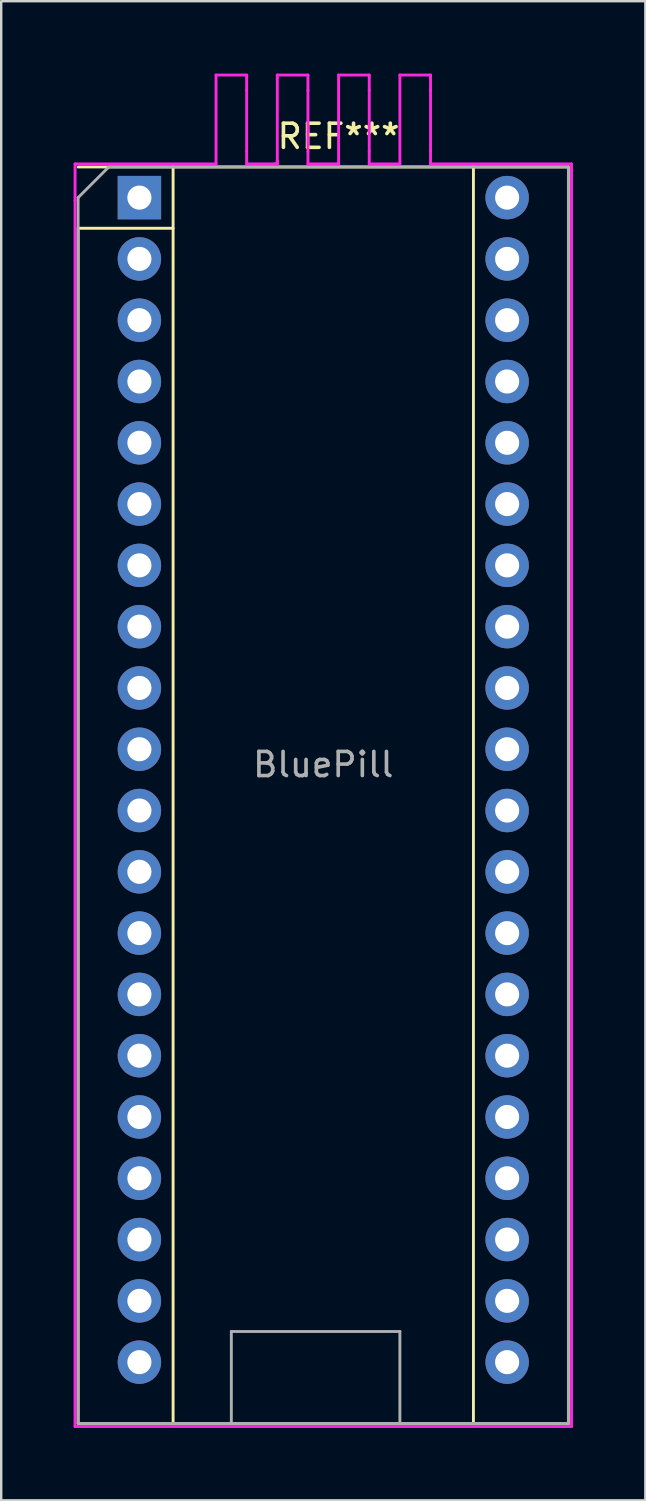
<source format=kicad_pcb>
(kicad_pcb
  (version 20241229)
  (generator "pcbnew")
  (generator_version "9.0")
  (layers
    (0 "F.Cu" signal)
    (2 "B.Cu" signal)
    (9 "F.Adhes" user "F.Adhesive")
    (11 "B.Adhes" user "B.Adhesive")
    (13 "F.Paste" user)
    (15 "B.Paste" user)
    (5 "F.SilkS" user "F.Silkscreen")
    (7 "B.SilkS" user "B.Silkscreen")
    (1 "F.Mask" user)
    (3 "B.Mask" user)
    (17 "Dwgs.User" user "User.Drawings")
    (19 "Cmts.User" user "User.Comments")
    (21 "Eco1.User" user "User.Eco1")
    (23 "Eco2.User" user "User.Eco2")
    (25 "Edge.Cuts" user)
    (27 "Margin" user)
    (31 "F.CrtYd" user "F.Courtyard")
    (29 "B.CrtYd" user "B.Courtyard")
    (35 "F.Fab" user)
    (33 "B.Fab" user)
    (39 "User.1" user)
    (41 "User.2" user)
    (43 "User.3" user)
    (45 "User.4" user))
  (footprint "BluePill"
    (layer "F.Cu")
    (at 2.727 5.14)
    (property "Reference" "BluePill" (at 7.62 23.495 180) (layer "F.Fab") (effects (font (size 1 1) (thickness 0.15))))
    (attr through_hole)
    (fp_line (start -2.54 -1.27) (end 17.78 -1.27) (stroke (width 0.12) (type solid)) (layer "F.SilkS"))
    (fp_line (start -2.54 1.27) (end 1.397 1.27) (stroke (width 0.12) (type solid)) (layer "F.SilkS"))
    (fp_line (start -2.54 50.8) (end -2.54 1.27) (stroke (width 0.12) (type solid)) (layer "F.SilkS"))
    (fp_line (start 1.397 50.8) (end 1.397 -1.27) (stroke (width 0.12) (type solid)) (layer "F.SilkS"))
    (fp_line (start 13.843 50.8) (end 13.843 -1.27) (stroke (width 0.12) (type solid)) (layer "F.SilkS"))
    (fp_line (start 17.78 50.8) (end -2.54 50.8) (stroke (width 0.12) (type solid)) (layer "F.SilkS"))
    (fp_line (start 17.78 50.8) (end 17.78 -1.27) (stroke (width 0.12) (type solid)) (layer "F.SilkS"))
    (fp_line (start -2.667 -1.397) (end 3.175 -1.397) (stroke (width 0.12) (type solid)) (layer "F.CrtYd"))
    (fp_line (start -2.667 0.127) (end -2.667 -1.397) (stroke (width 0.12) (type solid)) (layer "F.CrtYd"))
    (fp_line (start -2.667 50.927) (end -2.667 0.127) (stroke (width 0.12) (type solid)) (layer "F.CrtYd"))
    (fp_line (start 3.175 -5.08) (end 4.445 -5.08) (stroke (width 0.12) (type solid)) (layer "F.CrtYd"))
    (fp_line (start 3.175 -1.397) (end 3.175 -5.08) (stroke (width 0.12) (type solid)) (layer "F.CrtYd"))
    (fp_line (start 4.445 -5.08) (end 4.445 -4.445) (stroke (width 0.12) (type solid)) (layer "F.CrtYd"))
    (fp_line (start 4.445 -4.445) (end 4.445 -1.905) (stroke (width 0.12) (type solid)) (layer "F.CrtYd"))
    (fp_line (start 4.445 -1.905) (end 4.445 -1.397) (stroke (width 0.12) (type solid)) (layer "F.CrtYd"))
    (fp_line (start 4.445 -1.397) (end 5.715 -1.397) (stroke (width 0.12) (type solid)) (layer "F.CrtYd"))
    (fp_line (start 5.715 -5.08) (end 5.715 -1.397) (stroke (width 0.12) (type solid)) (layer "F.CrtYd"))
    (fp_line (start 5.715 -5.08) (end 6.985 -5.08) (stroke (width 0.12) (type solid)) (layer "F.CrtYd"))
    (fp_line (start 5.715 -1.397) (end 5.588 -1.397) (stroke (width 0.12) (type solid)) (layer "F.CrtYd"))
    (fp_line (start 5.715 -1.397) (end 5.715 -1.524) (stroke (width 0.12) (type solid)) (layer "F.CrtYd"))
    (fp_line (start 6.985 -5.08) (end 6.985 -4.445) (stroke (width 0.12) (type solid)) (layer "F.CrtYd"))
    (fp_line (start 6.985 -4.445) (end 6.985 -1.905) (stroke (width 0.12) (type solid)) (layer "F.CrtYd"))
    (fp_line (start 6.985 -1.905) (end 6.985 -1.397) (stroke (width 0.12) (type solid)) (layer "F.CrtYd"))
    (fp_line (start 6.985 -1.397) (end 8.255 -1.397) (stroke (width 0.12) (type solid)) (layer "F.CrtYd"))
    (fp_line (start 8.255 -5.08) (end 8.255 -1.397) (stroke (width 0.12) (type solid)) (layer "F.CrtYd"))
    (fp_line (start 8.255 -5.08) (end 9.525 -5.08) (stroke (width 0.12) (type solid)) (layer "F.CrtYd"))
    (fp_line (start 9.525 -5.08) (end 9.525 -4.445) (stroke (width 0.12) (type solid)) (layer "F.CrtYd"))
    (fp_line (start 9.525 -4.445) (end 9.525 -1.905) (stroke (width 0.12) (type solid)) (layer "F.CrtYd"))
    (fp_line (start 9.525 -1.905) (end 9.525 -1.397) (stroke (width 0.12) (type solid)) (layer "F.CrtYd"))
    (fp_line (start 9.525 -1.397) (end 10.795 -1.397) (stroke (width 0.12) (type solid)) (layer "F.CrtYd"))
    (fp_line (start 10.795 -5.08) (end 10.795 -1.397) (stroke (width 0.12) (type solid)) (layer "F.CrtYd"))
    (fp_line (start 10.795 -5.08) (end 12.065 -5.08) (stroke (width 0.12) (type solid)) (layer "F.CrtYd"))
    (fp_line (start 12.065 -5.08) (end 12.065 -4.445) (stroke (width 0.12) (type solid)) (layer "F.CrtYd"))
    (fp_line (start 12.065 -4.445) (end 12.065 -1.905) (stroke (width 0.12) (type solid)) (layer "F.CrtYd"))
    (fp_line (start 12.065 -1.905) (end 12.065 -1.397) (stroke (width 0.12) (type solid)) (layer "F.CrtYd"))
    (fp_line (start 12.065 -1.397) (end 17.907 -1.397) (stroke (width 0.12) (type solid)) (layer "F.CrtYd"))
    (fp_line (start 17.907 -1.397) (end 17.907 50.927) (stroke (width 0.12) (type solid)) (layer "F.CrtYd"))
    (fp_line (start 17.907 50.927) (end -2.667 50.927) (stroke (width 0.12) (type solid)) (layer "F.CrtYd"))
    (fp_line (start -2.54 0) (end -1.27 -1.27) (stroke (width 0.12) (type solid)) (layer "F.Fab"))
    (fp_line (start -2.54 50.8) (end -2.54 0) (stroke (width 0.12) (type solid)) (layer "F.Fab"))
    (fp_line (start -1.27 -1.27) (end 17.78 -1.27) (stroke (width 0.12) (type solid)) (layer "F.Fab"))
    (fp_line (start 3.81 46.99) (end 10.795 46.99) (stroke (width 0.12) (type solid)) (layer "F.Fab"))
    (fp_line (start 3.81 50.8) (end 3.81 46.99) (stroke (width 0.12) (type solid)) (layer "F.Fab"))
    (fp_line (start 10.795 46.99) (end 10.795 50.8) (stroke (width 0.12) (type solid)) (layer "F.Fab"))
    (fp_line (start 17.78 -1.27) (end 17.78 50.8) (stroke (width 0.12) (type solid)) (layer "F.Fab"))
    (fp_line (start 17.78 50.8) (end -2.54 50.8) (stroke (width 0.12) (type solid)) (layer "F.Fab"))
    (fp_text user "REF***" (at 8.255 -2.54 0) (layer "F.SilkS") (effects (font (size 1 1) (thickness 0.15))))
    (pad "1" thru_hole rect (at 0 0 180) (size 1.8 1.8) (drill 1) (layers "*.Cu" "*.Mask"))
    (pad "2" thru_hole circle (at 0 2.54 180) (size 1.8 1.8) (drill 1) (layers "*.Cu" "*.Mask"))
    (pad "3" thru_hole circle (at 0 5.08 180) (size 1.8 1.8) (drill 1) (layers "*.Cu" "*.Mask"))
    (pad "4" thru_hole circle (at 0 7.62 180) (size 1.8 1.8) (drill 1) (layers "*.Cu" "*.Mask"))
    (pad "5" thru_hole circle (at 0 10.16 180) (size 1.8 1.8) (drill 1) (layers "*.Cu" "*.Mask"))
    (pad "6" thru_hole circle (at 0 12.7 180) (size 1.8 1.8) (drill 1) (layers "*.Cu" "*.Mask"))
    (pad "7" thru_hole circle (at 0 15.24 180) (size 1.8 1.8) (drill 1) (layers "*.Cu" "*.Mask"))
    (pad "8" thru_hole circle (at 0 17.78 180) (size 1.8 1.8) (drill 1) (layers "*.Cu" "*.Mask"))
    (pad "9" thru_hole circle (at 0 20.32 180) (size 1.8 1.8) (drill 1) (layers "*.Cu" "*.Mask"))
    (pad "10" thru_hole circle (at 0 22.86 180) (size 1.8 1.8) (drill 1) (layers "*.Cu" "*.Mask"))
    (pad "11" thru_hole circle (at 0 25.4 180) (size 1.8 1.8) (drill 1) (layers "*.Cu" "*.Mask"))
    (pad "12" thru_hole circle (at 0 27.94 180) (size 1.8 1.8) (drill 1) (layers "*.Cu" "*.Mask"))
    (pad "13" thru_hole circle (at 0 30.48 180) (size 1.8 1.8) (drill 1) (layers "*.Cu" "*.Mask"))
    (pad "14" thru_hole circle (at 0 33.02 180) (size 1.8 1.8) (drill 1) (layers "*.Cu" "*.Mask"))
    (pad "15" thru_hole circle (at 0 35.56 180) (size 1.8 1.8) (drill 1) (layers "*.Cu" "*.Mask"))
    (pad "16" thru_hole circle (at 0 38.1 180) (size 1.8 1.8) (drill 1) (layers "*.Cu" "*.Mask"))
    (pad "17" thru_hole circle (at 0 40.64 180) (size 1.8 1.8) (drill 1) (layers "*.Cu" "*.Mask"))
    (pad "18" thru_hole circle (at 0 43.18 180) (size 1.8 1.8) (drill 1) (layers "*.Cu" "*.Mask"))
    (pad "19" thru_hole circle (at 0 45.72 180) (size 1.8 1.8) (drill 1) (layers "*.Cu" "*.Mask"))
    (pad "20" thru_hole circle (at 0 48.26 180) (size 1.8 1.8) (drill 1) (layers "*.Cu" "*.Mask"))
    (pad "21" thru_hole circle (at 15.24 48.26 180) (size 1.8 1.8) (drill 1) (layers "*.Cu" "*.Mask"))
    (pad "22" thru_hole circle (at 15.24 45.72 180) (size 1.8 1.8) (drill 1) (layers "*.Cu" "*.Mask"))
    (pad "23" thru_hole circle (at 15.24 43.18 180) (size 1.8 1.8) (drill 1) (layers "*.Cu" "*.Mask"))
    (pad "24" thru_hole circle (at 15.24 40.64 180) (size 1.8 1.8) (drill 1) (layers "*.Cu" "*.Mask"))
    (pad "25" thru_hole circle (at 15.24 38.1 180) (size 1.8 1.8) (drill 1) (layers "*.Cu" "*.Mask"))
    (pad "26" thru_hole circle (at 15.24 35.56 180) (size 1.8 1.8) (drill 1) (layers "*.Cu" "*.Mask"))
    (pad "27" thru_hole circle (at 15.24 33.02 180) (size 1.8 1.8) (drill 1) (layers "*.Cu" "*.Mask"))
    (pad "28" thru_hole circle (at 15.24 30.48 180) (size 1.8 1.8) (drill 1) (layers "*.Cu" "*.Mask"))
    (pad "29" thru_hole circle (at 15.24 27.94 180) (size 1.8 1.8) (drill 1) (layers "*.Cu" "*.Mask"))
    (pad "30" thru_hole circle (at 15.24 25.4 180) (size 1.8 1.8) (drill 1) (layers "*.Cu" "*.Mask"))
    (pad "31" thru_hole circle (at 15.24 22.86 180) (size 1.8 1.8) (drill 1) (layers "*.Cu" "*.Mask"))
    (pad "32" thru_hole circle (at 15.24 20.32 180) (size 1.8 1.8) (drill 1) (layers "*.Cu" "*.Mask"))
    (pad "33" thru_hole circle (at 15.24 17.78 180) (size 1.8 1.8) (drill 1) (layers "*.Cu" "*.Mask"))
    (pad "34" thru_hole circle (at 15.24 15.24 180) (size 1.8 1.8) (drill 1) (layers "*.Cu" "*.Mask"))
    (pad "35" thru_hole circle (at 15.24 12.7 180) (size 1.8 1.8) (drill 1) (layers "*.Cu" "*.Mask"))
    (pad "36" thru_hole circle (at 15.24 10.16 180) (size 1.8 1.8) (drill 1) (layers "*.Cu" "*.Mask"))
    (pad "37" thru_hole circle (at 15.24 7.62 180) (size 1.8 1.8) (drill 1) (layers "*.Cu" "*.Mask"))
    (pad "38" thru_hole circle (at 15.24 5.08 180) (size 1.8 1.8) (drill 1) (layers "*.Cu" "*.Mask"))
    (pad "39" thru_hole circle (at 15.24 2.54 180) (size 1.8 1.8) (drill 1) (layers "*.Cu" "*.Mask"))
    (pad "40" thru_hole circle (at 15.24 0 180) (size 1.8 1.8) (drill 1) (layers "*.Cu" "*.Mask")))
  (gr_rect
    (start -3 -3)
    (end 23.694 59.127)
    (stroke (width 0.1) (type default))
    (fill no)
    (layer "Edge.Cuts")))
</source>
